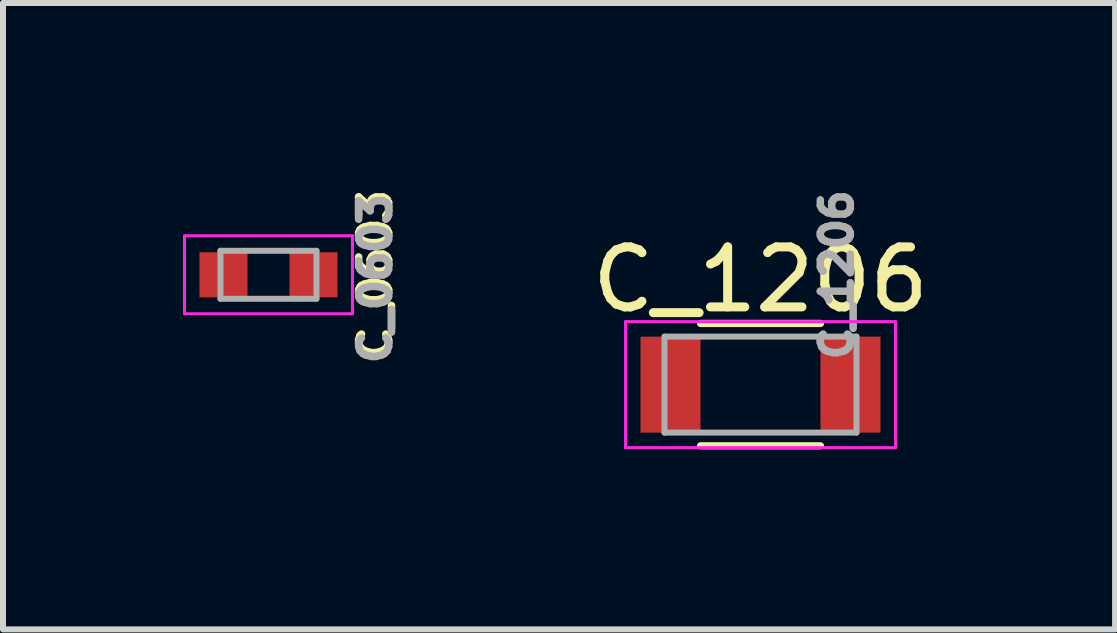
<source format=kicad_pcb>
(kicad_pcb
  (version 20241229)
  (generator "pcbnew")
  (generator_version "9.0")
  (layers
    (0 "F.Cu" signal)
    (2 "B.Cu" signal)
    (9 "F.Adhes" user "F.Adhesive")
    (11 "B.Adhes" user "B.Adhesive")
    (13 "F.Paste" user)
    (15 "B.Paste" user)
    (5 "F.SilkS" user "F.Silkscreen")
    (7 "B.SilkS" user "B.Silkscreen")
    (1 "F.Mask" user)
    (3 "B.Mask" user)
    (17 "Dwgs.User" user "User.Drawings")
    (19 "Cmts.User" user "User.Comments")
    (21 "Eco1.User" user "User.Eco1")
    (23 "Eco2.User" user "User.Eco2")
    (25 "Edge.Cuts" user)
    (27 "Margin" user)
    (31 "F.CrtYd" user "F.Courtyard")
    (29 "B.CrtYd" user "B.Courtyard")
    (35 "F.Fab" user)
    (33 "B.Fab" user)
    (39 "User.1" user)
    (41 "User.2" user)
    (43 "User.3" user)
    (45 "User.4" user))
  (footprint "C_1206"
    (layer "F.Cu")
    (at 9.626 3.361)
    (property "Reference" "C_1206" (at 0 -1.75 0) (layer "F.SilkS") (effects (font (size 1 1) (thickness 0.15))))
    (attr smd)
    (fp_line (start -1 1.02) (end 1 1.02) (stroke (width 0.12) (type solid)) (layer "F.SilkS"))
    (fp_line (start 1 -1.02) (end -1 -1.02) (stroke (width 0.12) (type solid)) (layer "F.SilkS"))
    (fp_line (start -2.25 -1.05) (end -2.25 1.05) (stroke (width 0.05) (type solid)) (layer "F.CrtYd"))
    (fp_line (start -2.25 -1.05) (end 2.25 -1.05) (stroke (width 0.05) (type solid)) (layer "F.CrtYd"))
    (fp_line (start 2.25 1.05) (end -2.25 1.05) (stroke (width 0.05) (type solid)) (layer "F.CrtYd"))
    (fp_line (start 2.25 1.05) (end 2.25 -1.05) (stroke (width 0.05) (type solid)) (layer "F.CrtYd"))
    (fp_line (start -1.6 -0.8) (end 1.6 -0.8) (stroke (width 0.1) (type solid)) (layer "F.Fab"))
    (fp_line (start -1.6 0.8) (end -1.6 -0.8) (stroke (width 0.1) (type solid)) (layer "F.Fab"))
    (fp_line (start 1.6 -0.8) (end 1.6 0.8) (stroke (width 0.1) (type solid)) (layer "F.Fab"))
    (fp_line (start 1.6 0.8) (end -1.6 0.8) (stroke (width 0.1) (type solid)) (layer "F.Fab"))
    (fp_text user "${REFERENCE}" (at 1.272 -1.831 270) (layer "F.Fab") (effects (font (size 0.5 0.5) (thickness 0.125))))
    (pad "1" smd rect (at -1.5 0) (size 1 1.6) (layers "F.Cu" "F.Mask" "F.Paste"))
    (pad "2" smd rect (at 1.5 0) (size 1 1.6) (layers "F.Cu" "F.Mask" "F.Paste")))
  (footprint "C_0603"
    (layer "F.Cu")
    (at 1.425 1.53)
    (property "Reference" "C_0603" (at 1.778 0 270) (layer "F.SilkS") (effects (font (size 0.5 0.5) (thickness 0.125))))
    (attr smd)
    (fp_line (start -1.4 -0.65) (end -1.4 0.65) (stroke (width 0.05) (type solid)) (layer "F.CrtYd"))
    (fp_line (start -1.4 -0.65) (end 1.4 -0.65) (stroke (width 0.05) (type solid)) (layer "F.CrtYd"))
    (fp_line (start 1.4 0.65) (end -1.4 0.65) (stroke (width 0.05) (type solid)) (layer "F.CrtYd"))
    (fp_line (start 1.4 0.65) (end 1.4 -0.65) (stroke (width 0.05) (type solid)) (layer "F.CrtYd"))
    (fp_line (start -0.8 -0.4) (end 0.8 -0.4) (stroke (width 0.1) (type solid)) (layer "F.Fab"))
    (fp_line (start -0.8 0.4) (end -0.8 -0.4) (stroke (width 0.1) (type solid)) (layer "F.Fab"))
    (fp_line (start 0.8 -0.4) (end 0.8 0.4) (stroke (width 0.1) (type solid)) (layer "F.Fab"))
    (fp_line (start 0.8 0.4) (end -0.8 0.4) (stroke (width 0.1) (type solid)) (layer "F.Fab"))
    (fp_text user "${REFERENCE}" (at 1.778 0.064 270) (layer "F.Fab") (effects (font (size 0.5 0.5) (thickness 0.125))))
    (pad "1" smd rect (at -0.75 0) (size 0.8 0.75) (layers "F.Cu" "F.Mask" "F.Paste"))
    (pad "2" smd rect (at 0.75 0) (size 0.8 0.75) (layers "F.Cu" "F.Mask" "F.Paste")))
  (gr_rect
    (start -3 -3)
    (end 15.536 7.441)
    (stroke (width 0.1) (type default))
    (fill no)
    (layer "Edge.Cuts")))
</source>
